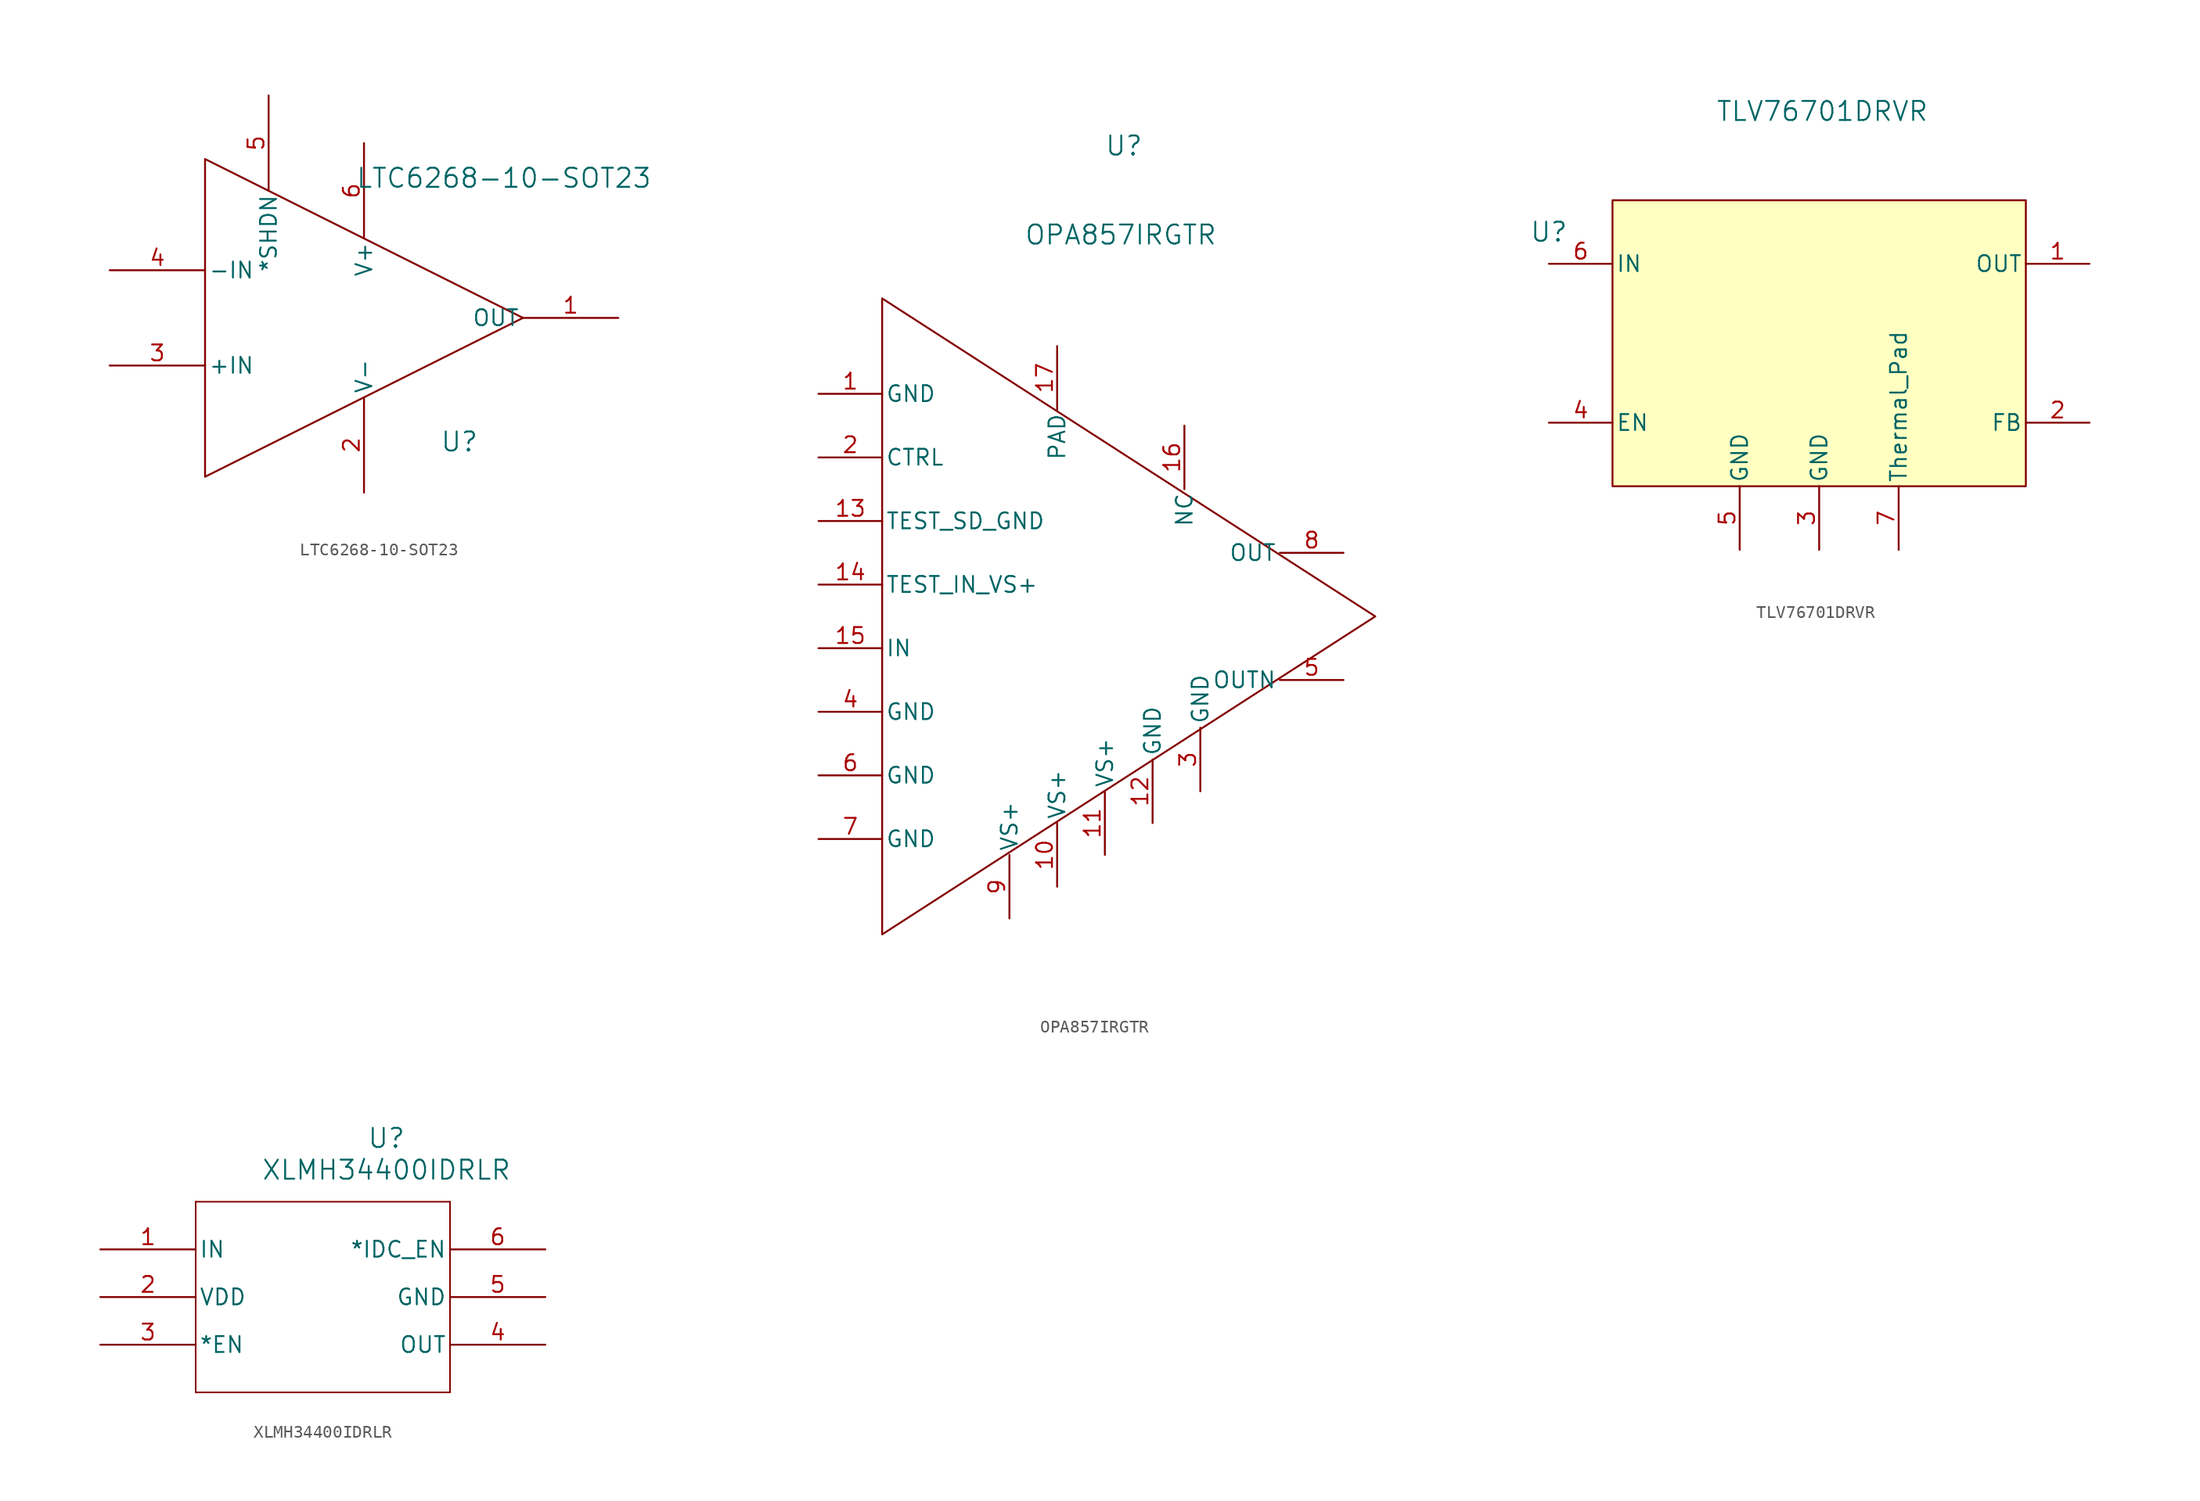
<source format=kicad_sym>
(kicad_symbol_lib
  (version 20231120)
  (generator "kicad_symbol_editor")
  (generator_version "8.0")
  (symbol "LTC6268-10-SOT23"
    (pin_names
      (offset 0.254))
    (property "Reference" "U"
      (at 7.62 -9.906 0)
      (effects (font (size 1.524 1.524))))
    (property "Value" "LTC6268-10-SOT23"
      (at 11.176 11.176 0)
      (effects (font (size 1.524 1.524))))
    (symbol "LTC6268-10-SOT23_0_1"
      (pin output line (at 20.32 0 180) (length 7.62) (name "OUT" (effects (font (size 1.27 1.27)))) (number "1" (effects (font (size 1.27 1.27)))))
      (pin power_in line (at 0 -13.97 90) (length 7.62) (name "V-" (effects (font (size 1.27 1.27)))) (number "2" (effects (font (size 1.27 1.27)))))
      (pin input line (at -20.32 -3.81 0) (length 7.62) (name "+IN" (effects (font (size 1.27 1.27)))) (number "3" (effects (font (size 1.27 1.27)))))
      (pin input line (at -20.32 3.81 0) (length 7.62) (name "-IN" (effects (font (size 1.27 1.27)))) (number "4" (effects (font (size 1.27 1.27)))))
      (pin unspecified line (at -7.62 17.78 270) (length 7.62) (name "*SHDN" (effects (font (size 1.27 1.27)))) (number "5" (effects (font (size 1.27 1.27)))))
      (pin power_in line (at 0 13.97 270) (length 7.62) (name "V+" (effects (font (size 1.27 1.27)))) (number "6" (effects (font (size 1.27 1.27))))))
    (symbol "LTC6268-10-SOT23_1_1"
      (polyline (pts (xy -12.7 -12.7) (xy -12.7 12.7) (xy 12.7 0) (xy -12.7 -12.7)) (stroke (width 0) (type default)) (fill (type none)))))
  (symbol "OPA857IRGTR"
    (pin_names
      (offset 0.254))
    (property "Reference" "U"
      (at 0.254 37.592 0)
      (effects (font (size 1.524 1.524))))
    (property "Value" "OPA857IRGTR"
      (at 0 30.48 0)
      (effects (font (size 1.524 1.524))))
    (property "ki_locked" ""
      (at 0 0 0)
      (effects (font (size 1.27 1.27))))
    (symbol "OPA857IRGTR_0_1"
      (pin power_in line (at -24.13 17.78 0) (length 5.08) (name "GND" (effects (font (size 1.27 1.27)))) (number "1" (effects (font (size 1.27 1.27)))))
      (pin power_in line (at -5.08 -21.59 90) (length 5.08) (name "VS+" (effects (font (size 1.27 1.27)))) (number "10" (effects (font (size 1.27 1.27)))))
      (pin power_in line (at -1.27 -19.05 90) (length 5.08) (name "VS+" (effects (font (size 1.27 1.27)))) (number "11" (effects (font (size 1.27 1.27)))))
      (pin power_in line (at 2.54 -16.51 90) (length 5.08) (name "GND" (effects (font (size 1.27 1.27)))) (number "12" (effects (font (size 1.27 1.27)))))
      (pin unspecified line (at -24.13 7.62 0) (length 5.08) (name "TEST_SD_GND" (effects (font (size 1.27 1.27)))) (number "13" (effects (font (size 1.27 1.27)))))
      (pin unspecified line (at -24.13 2.54 0) (length 5.08) (name "TEST_IN_VS+" (effects (font (size 1.27 1.27)))) (number "14" (effects (font (size 1.27 1.27)))))
      (pin input line (at -24.13 -2.54 0) (length 5.08) (name "IN" (effects (font (size 1.27 1.27)))) (number "15" (effects (font (size 1.27 1.27)))))
      (pin unspecified line (at 5.08 15.24 270) (length 5.08) (name "NC" (effects (font (size 1.27 1.27)))) (number "16" (effects (font (size 1.27 1.27)))))
      (pin power_in line (at -5.08 21.59 270) (length 5.08) (name "PAD" (effects (font (size 1.27 1.27)))) (number "17" (effects (font (size 1.27 1.27)))))
      (pin input line (at -24.13 12.7 0) (length 5.08) (name "CTRL" (effects (font (size 1.27 1.27)))) (number "2" (effects (font (size 1.27 1.27)))))
      (pin power_in line (at 6.35 -13.97 90) (length 5.08) (name "GND" (effects (font (size 1.27 1.27)))) (number "3" (effects (font (size 1.27 1.27)))))
      (pin power_in line (at -24.13 -7.62 0) (length 5.08) (name "GND" (effects (font (size 1.27 1.27)))) (number "4" (effects (font (size 1.27 1.27)))))
      (pin output line (at 17.78 -5.08 180) (length 5.08) (name "OUTN" (effects (font (size 1.27 1.27)))) (number "5" (effects (font (size 1.27 1.27)))))
      (pin power_in line (at -24.13 -12.7 0) (length 5.08) (name "GND" (effects (font (size 1.27 1.27)))) (number "6" (effects (font (size 1.27 1.27)))))
      (pin power_in line (at -24.13 -17.78 0) (length 5.08) (name "GND" (effects (font (size 1.27 1.27)))) (number "7" (effects (font (size 1.27 1.27)))))
      (pin output line (at 17.78 5.08 180) (length 5.08) (name "OUT" (effects (font (size 1.27 1.27)))) (number "8" (effects (font (size 1.27 1.27)))))
      (pin power_in line (at -8.89 -24.13 90) (length 5.08) (name "VS+" (effects (font (size 1.27 1.27)))) (number "9" (effects (font (size 1.27 1.27))))))
    (symbol "OPA857IRGTR_1_1"
      (polyline (pts (xy -19.05 -25.4) (xy -19.05 25.4) (xy 20.32 0) (xy -19.05 -25.4)) (stroke (width 0) (type default)) (fill (type none)))))
  (symbol "TLV76701DRVR"
    (pin_names
      (offset 0.254))
    (property "Reference" "U"
      (at -21.59 10.16 0)
      (effects (font (size 1.524 1.524))))
    (property "Value" "TLV76701DRVR"
      (at 0.254 19.812 0)
      (effects (font (size 1.524 1.524))))
    (property "ki_locked" ""
      (at 0 0 0)
      (effects (font (size 1.27 1.27))))
    (symbol "TLV76701DRVR_0_1"
      (pin output line (at 21.59 7.62 180) (length 5.08) (name "OUT" (effects (font (size 1.27 1.27)))) (number "1" (effects (font (size 1.27 1.27)))))
      (pin input line (at 21.59 -5.08 180) (length 5.08) (name "FB" (effects (font (size 1.27 1.27)))) (number "2" (effects (font (size 1.27 1.27)))))
      (pin power_in line (at 0 -15.24 90) (length 5.08) (name "GND" (effects (font (size 1.27 1.27)))) (number "3" (effects (font (size 1.27 1.27)))))
      (pin input line (at -21.59 -5.08 0) (length 5.08) (name "EN" (effects (font (size 1.27 1.27)))) (number "4" (effects (font (size 1.27 1.27)))))
      (pin power_in line (at -6.35 -15.24 90) (length 5.08) (name "GND" (effects (font (size 1.27 1.27)))) (number "5" (effects (font (size 1.27 1.27)))))
      (pin power_in line (at -21.59 7.62 0) (length 5.08) (name "IN" (effects (font (size 1.27 1.27)))) (number "6" (effects (font (size 1.27 1.27)))))
      (pin bidirectional line (at 6.35 -15.24 90) (length 5.08) (name "Thermal_Pad" (effects (font (size 1.27 1.27)))) (number "7" (effects (font (size 1.27 1.27))))))
    (symbol "TLV76701DRVR_1_1"
      (rectangle (start -16.51 12.7) (end 16.51 -10.16) (stroke (width 0) (type default)) (fill (type background)))))
  (symbol "XLMH34400IDRLR"
    (pin_names
      (offset 0.254))
    (property "Reference" "U"
      (at 5.08 12.7 0)
      (effects (font (size 1.524 1.524))))
    (property "Value" "XLMH34400IDRLR"
      (at 5.08 10.16 0)
      (effects (font (size 1.524 1.524))))
    (symbol "XLMH34400IDRLR_0_1"
      (polyline (pts (xy -10.16 -7.62) (xy 10.16 -7.62)) (stroke (width 0.127) (type default)) (fill (type none)))
      (polyline (pts (xy -10.16 7.62) (xy -10.16 -7.62)) (stroke (width 0.127) (type default)) (fill (type none)))
      (polyline (pts (xy 10.16 -7.62) (xy 10.16 7.62)) (stroke (width 0.127) (type default)) (fill (type none)))
      (polyline (pts (xy 10.16 7.62) (xy -10.16 7.62)) (stroke (width 0.127) (type default)) (fill (type none)))
      (pin input line (at -17.78 3.81 0) (length 7.62) (name "IN" (effects (font (size 1.27 1.27)))) (number "1" (effects (font (size 1.27 1.27)))))
      (pin power_in line (at -17.78 0 0) (length 7.62) (name "VDD" (effects (font (size 1.27 1.27)))) (number "2" (effects (font (size 1.27 1.27)))))
      (pin input line (at -17.78 -3.81 0) (length 7.62) (name "*EN" (effects (font (size 1.27 1.27)))) (number "3" (effects (font (size 1.27 1.27)))))
      (pin output line (at 17.78 -3.81 180) (length 7.62) (name "OUT" (effects (font (size 1.27 1.27)))) (number "4" (effects (font (size 1.27 1.27)))))
      (pin power_out line (at 17.78 0 180) (length 7.62) (name "GND" (effects (font (size 1.27 1.27)))) (number "5" (effects (font (size 1.27 1.27)))))
      (pin input line (at 17.78 3.81 180) (length 7.62) (name "*IDC_EN" (effects (font (size 1.27 1.27)))) (number "6" (effects (font (size 1.27 1.27))))))))
</source>
